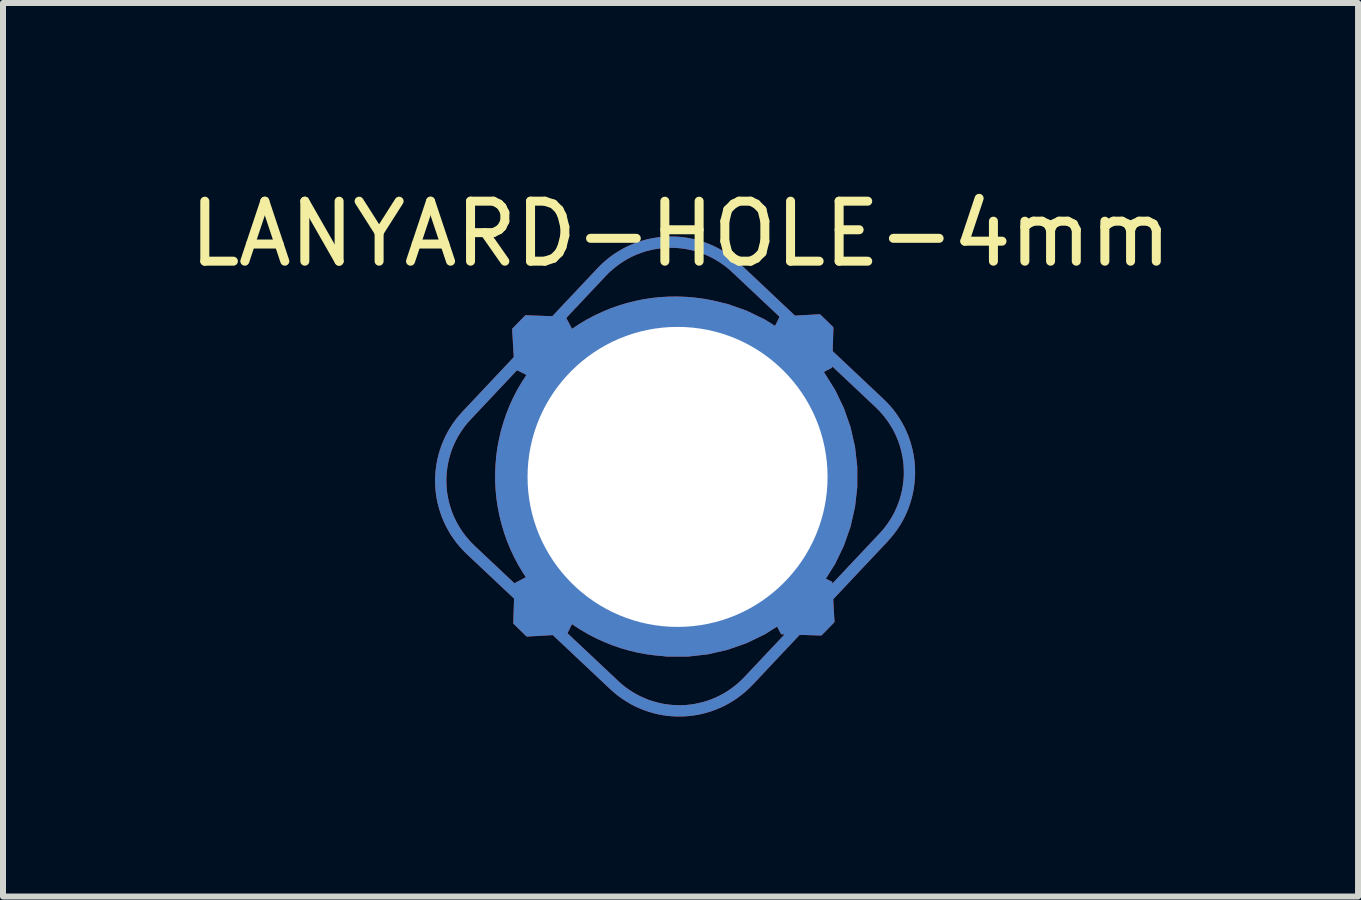
<source format=kicad_pcb>
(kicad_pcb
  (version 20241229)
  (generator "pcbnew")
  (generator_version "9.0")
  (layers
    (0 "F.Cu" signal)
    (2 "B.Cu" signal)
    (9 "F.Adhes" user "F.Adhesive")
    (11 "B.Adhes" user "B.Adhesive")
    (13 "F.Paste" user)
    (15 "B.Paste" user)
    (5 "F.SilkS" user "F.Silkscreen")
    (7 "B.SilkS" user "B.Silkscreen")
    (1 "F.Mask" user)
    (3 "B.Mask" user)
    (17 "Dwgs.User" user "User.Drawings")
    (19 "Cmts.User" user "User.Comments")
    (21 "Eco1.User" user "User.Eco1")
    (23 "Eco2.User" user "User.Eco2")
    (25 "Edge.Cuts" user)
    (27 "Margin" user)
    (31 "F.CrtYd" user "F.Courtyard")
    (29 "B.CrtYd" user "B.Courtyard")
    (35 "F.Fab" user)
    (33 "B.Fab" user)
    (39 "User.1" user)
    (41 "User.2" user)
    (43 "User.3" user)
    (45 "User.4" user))
  (footprint "LANYARD-HOLE-4mm"
    (layer "F.Cu")
    (at 8.242 4.898)
    (property "Reference" "LANYARD-HOLE-4mm" (at 0.05 -4.05 0) (unlocked yes) (layer "F.SilkS") (effects (font (size 1 1) (thickness 0.15))))
    (attr through_hole board_only exclude_from_pos_files exclude_from_bom allow_missing_courtyard)
    (pad "1" thru_hole custom (at 0 0) (size 6 6) (drill 5) (layers "*.Cu" "*.Mask") (options (anchor circle)) (primitives (gr_poly (pts (xy 1.552 1.607) (xy 1.555 1.604) (xy 1.552 1.607) (xy 1.857 1.906) (xy 2.409 2.442) (xy 2.342 2.509) (xy 1.807 2.492) (xy 1.415 1.747) (xy 1.552 1.608) (xy 1.545 1.601)) (width 0) (fill yes)) (gr_poly (pts (xy 2.449 1.833) (xy 2.48 2.368) (xy 2.414 2.436) (xy 1.865 1.898) (xy 1.559 1.601) (xy 1.555 1.604) (xy 1.559 1.601) (xy 1.552 1.594) (xy 1.559 1.6) (xy 1.695 1.46)) (width 0) (fill yes)) (gr_poly (pts (xy -1.866 -2.671) (xy -1.394 -1.773) (xy -1.597 -1.565) (xy -1.605 -1.557) (xy -1.808 -1.348) (xy -2.251 -1.567) (xy -1.76 -1.567) (xy -1.605 -1.566) (xy -1.611 -1.72) (xy -1.688 -1.645) (xy -1.76 -1.567) (xy -2.251 -1.567) (xy -2.717 -1.798) (xy -2.743 -2.223) (xy -2.477 -2.223) (xy -2.462 -1.968) (xy -1.962 -1.72) (xy -2.099 -1.853) (xy -2.477 -2.223) (xy -2.743 -2.223) (xy -2.754 -2.42) (xy -2.285 -2.42) (xy -1.905 -2.051) (xy -1.769 -1.918) (xy -2.03 -2.411) (xy -2.285 -2.42) (xy -2.754 -2.42) (xy -2.757 -2.468) (xy -2.742 -2.483) (xy -2.552 -2.678) (xy -2.537 -2.694)) (width 0) (fill yes)) (gr_poly (pts (xy -1.948 -2.541) (xy -1.556 -1.796) (xy -1.692 -1.657) (xy -1.686 -1.65) (xy -1.693 -1.657) (xy -1.695 -1.654) (xy -1.699 -1.65) (xy -1.693 -1.644) (xy -1.7 -1.65) (xy -1.836 -1.51) (xy -2.59 -1.882) (xy -2.621 -2.417) (xy -2.555 -2.485) (xy -2.006 -1.947) (xy -1.699 -1.65) (xy -1.695 -1.654) (xy -1.693 -1.657) (xy -1.997 -1.956) (xy -2.55 -2.491) (xy -2.552 -2.488) (xy -2.555 -2.485) (xy -2.555 -2.485) (xy -2.552 -2.488) (xy -2.55 -2.491) (xy -2.55 -2.491) (xy -2.483 -2.559)) (width 0) (fill yes)) (gr_poly (pts (xy 2.388 -2.696) (xy 2.389 -2.697) (xy 2.486 -2.602) (xy 2.584 -2.507) (xy 2.583 -2.506) (xy 2.598 -2.491) (xy 2.576 -1.821) (xy 1.678 -1.349) (xy 1.469 -1.552) (xy 1.462 -1.559) (xy 1.462 -1.559) (xy 1.469 -1.559) (xy 1.624 -1.565) (xy 1.549 -1.642) (xy 1.472 -1.714) (xy 1.469 -1.559) (xy 1.462 -1.559) (xy 1.294 -1.723) (xy 1.823 -1.723) (xy 2.316 -1.984) (xy 2.325 -2.24) (xy 1.956 -1.859) (xy 1.823 -1.723) (xy 1.294 -1.723) (xy 1.254 -1.762) (xy 1.329 -1.916) (xy 1.624 -1.916) (xy 1.757 -2.052) (xy 2.129 -2.432) (xy 1.873 -2.417) (xy 1.624 -1.916) (xy 1.329 -1.916) (xy 1.702 -2.673) (xy 2.373 -2.711)) (width 0) (fill yes)) (gr_poly (pts (xy 2.393 -2.507) (xy 2.39 -2.509) (xy 2.39 -2.509)) (width 0) (fill yes)) (gr_poly (pts (xy 2.396 -2.504) (xy 2.396 -2.504) (xy 2.393 -2.507)) (width 0) (fill yes)) (gr_poly (pts (xy 2.39 -2.509) (xy 1.852 -1.96) (xy 1.555 -1.654) (xy 1.557 -1.651) (xy 1.555 -1.654) (xy 1.549 -1.647) (xy 1.555 -1.654) (xy 1.415 -1.79) (xy 1.787 -2.544) (xy 2.322 -2.575)) (width 0) (fill yes)) (gr_poly (pts (xy 2.464 -2.437) (xy 2.446 -1.902) (xy 1.701 -1.51) (xy 1.562 -1.647) (xy 1.555 -1.641) (xy 1.562 -1.647) (xy 1.557 -1.651) (xy 1.562 -1.647) (xy 1.861 -1.952) (xy 2.396 -2.504)) (width 0) (fill yes)) (gr_poly (pts (xy -1.61 1.502) (xy -1.603 1.509) (xy -1.395 1.713) (xy -1.843 2.623) (xy -2.513 2.661) (xy -2.528 2.647) (xy -2.528 2.647) (xy -2.529 2.647) (xy -2.529 2.648) (xy -2.627 2.552) (xy -2.724 2.458) (xy -2.723 2.457) (xy -2.738 2.442) (xy -2.736 2.383) (xy -2.269 2.383) (xy -2.013 2.368) (xy -1.765 1.868) (xy -1.897 2.003) (xy -2.269 2.383) (xy -2.736 2.383) (xy -2.73 2.191) (xy -2.465 2.191) (xy -2.096 1.809) (xy -1.965 1.676) (xy -2.458 1.935) (xy -2.465 2.191) (xy -2.73 2.191) (xy -2.717 1.771) (xy -2.232 1.516) (xy -1.764 1.516) (xy -1.69 1.592) (xy -1.613 1.664) (xy -1.61 1.51) (xy -1.764 1.516) (xy -2.232 1.516) (xy -1.819 1.299)) (width 0) (fill yes)) (gr_poly (pts (xy -2.534 2.457) (xy -2.537 2.455) (xy -2.537 2.454)) (width 0) (fill yes)) (gr_poly (pts (xy -2.531 2.46) (xy -2.531 2.46) (xy -2.534 2.457)) (width 0) (fill yes)) (gr_poly (pts (xy -1.703 1.597) (xy -1.696 1.591) (xy -1.703 1.598) (xy -1.699 1.601) (xy -1.703 1.598) (xy -2.002 1.902) (xy -2.537 2.454) (xy -2.604 2.388) (xy -2.587 1.853) (xy -1.842 1.461)) (width 0) (fill yes)) (gr_poly (pts (xy -1.695 1.605) (xy -1.556 1.741) (xy -1.928 2.495) (xy -2.463 2.526) (xy -2.531 2.46) (xy -1.993 1.911) (xy -1.696 1.604) (xy -1.699 1.601) (xy -1.696 1.604) (xy -1.689 1.598)) (width 0) (fill yes)) (gr_poly (pts (xy 2.577 1.749) (xy 2.616 2.418) (xy 2.601 2.434) (xy 2.602 2.434) (xy 2.602 2.434) (xy 2.507 2.532) (xy 2.412 2.629) (xy 2.412 2.629) (xy 2.411 2.628) (xy 2.396 2.644) (xy 1.726 2.622) (xy 1.329 1.868) (xy 1.628 1.868) (xy 1.889 2.361) (xy 2.146 2.371) (xy 1.764 2.001) (xy 1.628 1.868) (xy 1.329 1.868) (xy 1.253 1.723) (xy 1.305 1.67) (xy 1.822 1.67) (xy 1.958 1.803) (xy 2.337 2.174) (xy 2.321 1.918) (xy 1.822 1.67) (xy 1.305 1.67) (xy 1.456 1.517) (xy 1.465 1.517) (xy 1.471 1.67) (xy 1.546 1.596) (xy 1.619 1.517) (xy 1.465 1.517) (xy 1.456 1.517) (xy 1.457 1.516) (xy 1.465 1.508) (xy 1.667 1.298)) (width 0) (fill yes)) (gr_poly (pts (xy 2.409 2.442) (xy 2.409 2.442) (xy 2.411 2.439)) (width 0) (fill yes)) (gr_poly (pts (xy 2.414 2.436) (xy 2.411 2.439) (xy 2.414 2.436)) (width 0) (fill yes)) (gr_poly (pts (xy 0.118 -2.374) (xy 0.239 -2.365) (xy 0.358 -2.35) (xy 0.475 -2.329) (xy 0.59 -2.302) (xy 0.703 -2.27) (xy 0.814 -2.233) (xy 0.922 -2.19) (xy 1.028 -2.142) (xy 1.13 -2.09) (xy 1.23 -2.032) (xy 1.327 -1.97) (xy 1.42 -1.904) (xy 1.51 -1.833) (xy 1.597 -1.758) (xy 1.68 -1.679) (xy 1.759 -1.596) (xy 1.834 -1.51) (xy 1.904 -1.42) (xy 1.971 -1.326) (xy 2.033 -1.23) (xy 2.09 -1.13) (xy 2.143 -1.027) (xy 2.191 -0.921) (xy 2.233 -0.813) (xy 2.271 -0.703) (xy 2.303 -0.59) (xy 2.33 -0.474) (xy 2.351 -0.357) (xy 2.366 -0.238) (xy 2.375 -0.117) (xy 2.378 0.005) (xy 2.375 0.128) (xy 2.366 0.249) (xy 2.351 0.368) (xy 2.33 0.485) (xy 2.303 0.6) (xy 2.271 0.713) (xy 2.233 0.824) (xy 2.191 0.932) (xy 2.143 1.037) (xy 2.09 1.14) (xy 2.033 1.239) (xy 1.971 1.336) (xy 1.904 1.429) (xy 1.834 1.519) (xy 1.759 1.606) (xy 1.68 1.688) (xy 1.597 1.767) (xy 1.51 1.842) (xy 1.42 1.913) (xy 1.327 1.979) (xy 1.23 2.041) (xy 1.13 2.099) (xy 1.028 2.151) (xy 0.922 2.199) (xy 0.814 2.242) (xy 0.703 2.279) (xy 0.59 2.311) (xy 0.475 2.338) (xy 0.358 2.359) (xy 0.239 2.374) (xy 0.118 2.383) (xy -0.005 2.386) (xy -0.127 2.383) (xy -0.248 2.374) (xy -0.367 2.359) (xy -0.484 2.338) (xy -0.599 2.311) (xy -0.712 2.279) (xy -0.823 2.242) (xy -0.931 2.199) (xy -1.036 2.151) (xy -1.139 2.099) (xy -1.239 2.041) (xy -1.335 1.979) (xy -1.429 1.913) (xy -1.519 1.842) (xy -1.605 1.767) (xy -1.688 1.688) (xy -1.767 1.606) (xy -1.842 1.519) (xy -1.912 1.429) (xy -1.979 1.336) (xy -2.041 1.239) (xy -2.098 1.14) (xy -2.151 1.037) (xy -2.198 0.932) (xy -2.241 0.824) (xy -2.278 0.713) (xy -2.31 0.6) (xy -2.337 0.485) (xy -2.358 0.368) (xy -2.373 0.249) (xy -2.382 0.128) (xy -2.385 0.005) (xy -2.122 0.005) (xy -2.119 0.114) (xy -2.111 0.222) (xy -2.097 0.328) (xy -2.079 0.432) (xy -2.055 0.535) (xy -2.027 0.636) (xy -1.993 0.734) (xy -1.956 0.83) (xy -1.913 0.924) (xy -1.867 1.015) (xy -1.816 1.104) (xy -1.761 1.19) (xy -1.702 1.273) (xy -1.639 1.353) (xy -1.572 1.43) (xy -1.502 1.503) (xy -1.429 1.573) (xy -1.352 1.64) (xy -1.272 1.702) (xy -1.189 1.761) (xy -1.103 1.816) (xy -1.015 1.867) (xy -0.923 1.914) (xy -0.829 1.956) (xy -0.733 1.994) (xy -0.635 2.027) (xy -0.534 2.056) (xy -0.432 2.079) (xy -0.327 2.098) (xy -0.221 2.112) (xy -0.114 2.12) (xy -0.005 2.122) (xy 0.105 2.12) (xy 0.212 2.112) (xy 0.318 2.098) (xy 0.423 2.079) (xy 0.525 2.056) (xy 0.626 2.027) (xy 0.724 1.994) (xy 0.821 1.956) (xy 0.915 1.914) (xy 1.006 1.867) (xy 1.095 1.816) (xy 1.181 1.761) (xy 1.264 1.702) (xy 1.344 1.64) (xy 1.421 1.573) (xy 1.494 1.503) (xy 1.564 1.43) (xy 1.631 1.353) (xy 1.694 1.273) (xy 1.753 1.19) (xy 1.808 1.104) (xy 1.859 1.015) (xy 1.906 0.924) (xy 1.948 0.83) (xy 1.986 0.734) (xy 2.019 0.636) (xy 2.048 0.535) (xy 2.072 0.432) (xy 2.09 0.328) (xy 2.104 0.222) (xy 2.112 0.114) (xy 2.115 0.005) (xy 2.112 -0.104) (xy 2.104 -0.212) (xy 2.09 -0.318) (xy 2.072 -0.422) (xy 2.048 -0.525) (xy 2.019 -0.625) (xy 1.986 -0.724) (xy 1.948 -0.82) (xy 1.906 -0.914) (xy 1.859 -1.005) (xy 1.808 -1.094) (xy 1.753 -1.18) (xy 1.694 -1.263) (xy 1.631 -1.343) (xy 1.564 -1.42) (xy 1.494 -1.494) (xy 1.421 -1.564) (xy 1.344 -1.63) (xy 1.264 -1.693) (xy 1.181 -1.752) (xy 1.095 -1.807) (xy 1.006 -1.858) (xy 0.915 -1.905) (xy 0.821 -1.947) (xy 0.724 -1.985) (xy 0.626 -2.019) (xy 0.525 -2.047) (xy 0.423 -2.071) (xy 0.318 -2.089) (xy 0.212 -2.103) (xy 0.105 -2.111) (xy -0.005 -2.114) (xy -0.114 -2.111) (xy -0.221 -2.103) (xy -0.327 -2.089) (xy -0.432 -2.071) (xy -0.534 -2.047) (xy -0.635 -2.019) (xy -0.733 -1.985) (xy -0.829 -1.947) (xy -0.923 -1.905) (xy -1.015 -1.858) (xy -1.103 -1.807) (xy -1.189 -1.752) (xy -1.272 -1.693) (xy -1.352 -1.63) (xy -1.429 -1.564) (xy -1.502 -1.494) (xy -1.572 -1.42) (xy -1.639 -1.343) (xy -1.702 -1.263) (xy -1.761 -1.18) (xy -1.816 -1.094) (xy -1.867 -1.005) (xy -1.913 -0.914) (xy -1.956 -0.82) (xy -1.993 -0.724) (xy -2.027 -0.625) (xy -2.055 -0.525) (xy -2.079 -0.422) (xy -2.097 -0.318) (xy -2.111 -0.212) (xy -2.119 -0.104) (xy -2.122 0.005) (xy -2.385 0.005) (xy -2.382 -0.117) (xy -2.373 -0.238) (xy -2.358 -0.357) (xy -2.337 -0.474) (xy -2.31 -0.59) (xy -2.278 -0.703) (xy -2.241 -0.813) (xy -2.198 -0.921) (xy -2.151 -1.027) (xy -2.098 -1.13) (xy -2.041 -1.23) (xy -1.979 -1.326) (xy -1.912 -1.42) (xy -1.842 -1.51) (xy -1.767 -1.596) (xy -1.688 -1.679) (xy -1.605 -1.758) (xy -1.519 -1.833) (xy -1.429 -1.904) (xy -1.335 -1.97) (xy -1.239 -2.032) (xy -1.139 -2.09) (xy -1.036 -2.142) (xy -0.931 -2.19) (xy -0.823 -2.233) (xy -0.712 -2.27) (xy -0.599 -2.302) (xy -0.484 -2.329) (xy -0.367 -2.35) (xy -0.248 -2.365) (xy -0.127 -2.374) (xy -0.005 -2.378)) (width 0) (fill yes)) (gr_poly (pts (xy 0.157 -3) (xy 0.301 -2.987) (xy 0.444 -2.968) (xy 0.586 -2.941) (xy 0.727 -2.908) (xy 0.867 -2.867) (xy 1.005 -2.82) (xy 1.141 -2.766) (xy 1.275 -2.704) (xy 1.406 -2.636) (xy 1.535 -2.561) (xy 1.66 -2.479) (xy 1.783 -2.39) (xy 1.902 -2.294) (xy 2.017 -2.191) (xy 2.126 -2.083) (xy 2.229 -1.97) (xy 2.325 -1.853) (xy 2.415 -1.733) (xy 2.497 -1.609) (xy 2.573 -1.482) (xy 2.642 -1.352) (xy 2.704 -1.219) (xy 2.76 -1.084) (xy 2.809 -0.947) (xy 2.851 -0.809) (xy 2.886 -0.668) (xy 2.914 -0.527) (xy 2.935 -0.384) (xy 2.95 -0.241) (xy 2.958 -0.097) (xy 2.959 0.047) (xy 2.953 0.191) (xy 2.94 0.335) (xy 2.92 0.478) (xy 2.893 0.62) (xy 2.86 0.761) (xy 2.82 0.901) (xy 2.772 1.039) (xy 2.718 1.175) (xy 2.657 1.309) (xy 2.589 1.44) (xy 2.514 1.569) (xy 2.432 1.695) (xy 2.343 1.817) (xy 2.247 1.936) (xy 2.144 2.051) (xy 2.035 2.16) (xy 1.922 2.263) (xy 1.806 2.359) (xy 1.685 2.449) (xy 1.561 2.531) (xy 1.434 2.607) (xy 1.304 2.676) (xy 1.172 2.739) (xy 1.037 2.794) (xy 0.9 2.843) (xy 0.761 2.885) (xy 0.621 2.92) (xy 0.479 2.948) (xy 0.336 2.97) (xy 0.193 2.984) (xy 0.049 2.992) (xy -0.095 2.993) (xy -0.239 2.987) (xy -0.383 2.974) (xy -0.526 2.954) (xy -0.668 2.928) (xy -0.809 2.894) (xy -0.949 2.854) (xy -1.087 2.806) (xy -1.223 2.752) (xy -1.357 2.691) (xy -1.488 2.623) (xy -1.617 2.548) (xy -1.742 2.466) (xy -1.865 2.377) (xy -1.983 2.281) (xy -2.098 2.178) (xy -2.208 2.069) (xy -2.311 1.957) (xy -2.407 1.84) (xy -2.496 1.719) (xy -2.579 1.595) (xy -2.655 1.468) (xy -2.724 1.338) (xy -2.786 1.206) (xy -2.842 1.071) (xy -2.89 0.934) (xy -2.932 0.795) (xy -2.967 0.655) (xy -2.996 0.513) (xy -3.017 0.371) (xy -3.032 0.227) (xy -3.04 0.083) (xy -3.04 -0.055) (xy -2.709 -0.055) (xy -2.708 0.073) (xy -2.701 0.201) (xy -2.688 0.328) (xy -2.669 0.455) (xy -2.644 0.581) (xy -2.613 0.706) (xy -2.576 0.829) (xy -2.532 0.951) (xy -2.483 1.07) (xy -2.427 1.188) (xy -2.366 1.304) (xy -2.298 1.417) (xy -2.224 1.527) (xy -2.145 1.634) (xy -2.059 1.738) (xy -1.967 1.839) (xy -1.87 1.935) (xy -1.767 2.027) (xy -1.661 2.113) (xy -1.553 2.192) (xy -1.441 2.265) (xy -1.326 2.332) (xy -1.21 2.392) (xy -1.091 2.447) (xy -0.97 2.495) (xy -0.847 2.538) (xy -0.723 2.574) (xy -0.598 2.603) (xy -0.471 2.627) (xy -0.344 2.645) (xy -0.217 2.656) (xy -0.089 2.662) (xy 0.039 2.661) (xy 0.167 2.654) (xy 0.294 2.641) (xy 0.421 2.622) (xy 0.547 2.597) (xy 0.671 2.565) (xy 0.795 2.528) (xy 0.916 2.485) (xy 1.036 2.435) (xy 1.154 2.38) (xy 1.27 2.318) (xy 1.383 2.25) (xy 1.493 2.177) (xy 1.6 2.097) (xy 1.704 2.011) (xy 1.804 1.92) (xy 1.901 1.822) (xy 1.993 1.72) (xy 2.078 1.614) (xy 2.158 1.505) (xy 2.231 1.393) (xy 2.298 1.279) (xy 2.358 1.162) (xy 2.413 1.043) (xy 2.461 0.922) (xy 2.503 0.799) (xy 2.539 0.675) (xy 2.569 0.55) (xy 2.593 0.424) (xy 2.611 0.297) (xy 2.622 0.169) (xy 2.627 0.041) (xy 2.627 -0.087) (xy 2.62 -0.215) (xy 2.607 -0.342) (xy 2.588 -0.469) (xy 2.562 -0.594) (xy 2.531 -0.719) (xy 2.494 -0.842) (xy 2.45 -0.964) (xy 2.401 -1.084) (xy 2.345 -1.202) (xy 2.284 -1.317) (xy 2.216 -1.43) (xy 2.143 -1.54) (xy 2.063 -1.648) (xy 1.977 -1.751) (xy 1.886 -1.852) (xy 1.788 -1.949) (xy 1.685 -2.04) (xy 1.58 -2.126) (xy 1.471 -2.205) (xy 1.359 -2.278) (xy 1.245 -2.345) (xy 1.128 -2.406) (xy 1.009 -2.46) (xy 0.888 -2.509) (xy 0.765 -2.551) (xy 0.641 -2.587) (xy 0.516 -2.617) (xy 0.39 -2.641) (xy 0.262 -2.658) (xy 0.135 -2.67) (xy 0.007 -2.675) (xy -0.121 -2.674) (xy -0.249 -2.667) (xy -0.376 -2.654) (xy -0.503 -2.635) (xy -0.628 -2.61) (xy -0.753 -2.579) (xy -0.876 -2.541) (xy -0.998 -2.498) (xy -1.118 -2.449) (xy -1.236 -2.393) (xy -1.351 -2.331) (xy -1.464 -2.264) (xy -1.575 -2.19) (xy -1.682 -2.111) (xy -1.786 -2.025) (xy -1.886 -1.933) (xy -1.983 -1.836) (xy -2.075 -1.733) (xy -2.16 -1.627) (xy -2.239 -1.518) (xy -2.312 -1.407) (xy -2.379 -1.292) (xy -2.44 -1.175) (xy -2.495 -1.056) (xy -2.543 -0.935) (xy -2.585 -0.813) (xy -2.621 -0.689) (xy -2.651 -0.563) (xy -2.675 -0.437) (xy -2.692 -0.31) (xy -2.704 -0.182) (xy -2.709 -0.055) (xy -3.04 -0.055) (xy -3.04 -0.061) (xy -3.034 -0.205) (xy -3.022 -0.348) (xy -3.002 -0.492) (xy -2.975 -0.634) (xy -2.942 -0.775) (xy -2.901 -0.914) (xy -2.854 -1.052) (xy -2.8 -1.189) (xy -2.739 -1.322) (xy -2.671 -1.454) (xy -2.595 -1.582) (xy -2.513 -1.708) (xy -2.424 -1.83) (xy -2.329 -1.949) (xy -2.226 -2.064) (xy -2.117 -2.174) (xy -2.004 -2.277) (xy -1.887 -2.373) (xy -1.767 -2.462) (xy -1.643 -2.545) (xy -1.516 -2.621) (xy -1.386 -2.69) (xy -1.253 -2.752) (xy -1.119 -2.808) (xy -0.982 -2.856) (xy -0.843 -2.898) (xy -0.702 -2.933) (xy -0.561 -2.962) (xy -0.418 -2.983) (xy -0.275 -2.998) (xy -0.131 -3.005) (xy 0.013 -3.006)) (width 0) (fill yes)) (gr_poly (pts (xy 0.001 -4.003) (xy 0.081 -3.996) (xy 0.161 -3.985) (xy 0.241 -3.97) (xy 0.32 -3.951) (xy 0.398 -3.928) (xy 0.475 -3.902) (xy 0.552 -3.871) (xy 0.627 -3.837) (xy 0.7 -3.799) (xy 0.772 -3.757) (xy 0.843 -3.71) (xy 0.912 -3.66) (xy 0.978 -3.607) (xy 1.043 -3.549) (xy 3.43 -1.3) (xy 3.492 -1.239) (xy 3.55 -1.176) (xy 3.604 -1.111) (xy 3.654 -1.043) (xy 3.7 -0.974) (xy 3.743 -0.902) (xy 3.782 -0.83) (xy 3.817 -0.755) (xy 3.848 -0.68) (xy 3.875 -0.603) (xy 3.898 -0.525) (xy 3.918 -0.447) (xy 3.934 -0.368) (xy 3.946 -0.288) (xy 3.954 -0.208) (xy 3.958 -0.127) (xy 3.959 -0.046) (xy 3.955 0.034) (xy 3.948 0.115) (xy 3.937 0.195) (xy 3.922 0.274) (xy 3.903 0.353) (xy 3.88 0.431) (xy 3.854 0.509) (xy 3.823 0.585) (xy 3.789 0.66) (xy 3.751 0.734) (xy 3.708 0.806) (xy 3.662 0.876) (xy 3.612 0.945) (xy 3.558 1.011) (xy 3.501 1.076) (xy 1.252 3.464) (xy 1.191 3.525) (xy 1.128 3.583) (xy 1.062 3.637) (xy 0.995 3.687) (xy 0.925 3.734) (xy 0.854 3.776) (xy 0.782 3.815) (xy 0.707 3.85) (xy 0.632 3.881) (xy 0.555 3.909) (xy 0.477 3.932) (xy 0.399 3.952) (xy 0.319 3.968) (xy 0.24 3.98) (xy 0.159 3.988) (xy 0.079 3.993) (xy -0.002 3.993) (xy -0.082 3.99) (xy -0.163 3.983) (xy -0.243 3.972) (xy -0.322 3.957) (xy -0.401 3.938) (xy -0.48 3.915) (xy -0.557 3.889) (xy -0.633 3.858) (xy -0.708 3.824) (xy -0.782 3.786) (xy -0.854 3.743) (xy -0.924 3.697) (xy -0.993 3.648) (xy -1.059 3.594) (xy -1.124 3.536) (xy -3.512 1.287) (xy -3.573 1.226) (xy -3.631 1.163) (xy -3.685 1.098) (xy -3.735 1.03) (xy -3.782 0.961) (xy -3.824 0.889) (xy -3.863 0.817) (xy -3.898 0.742) (xy -3.929 0.667) (xy -3.956 0.59) (xy -3.98 0.512) (xy -4 0.434) (xy -4.016 0.354) (xy -4.028 0.274) (xy -4.036 0.194) (xy -4.04 0.114) (xy -4.041 0.036) (xy -3.853 0.036) (xy -3.852 0.107) (xy -3.848 0.179) (xy -3.841 0.25) (xy -3.83 0.321) (xy -3.816 0.391) (xy -3.798 0.461) (xy -3.777 0.53) (xy -3.753 0.598) (xy -3.725 0.665) (xy -3.694 0.73) (xy -3.659 0.795) (xy -3.621 0.858) (xy -3.58 0.92) (xy -3.535 0.98) (xy -3.487 1.038) (xy -3.436 1.095) (xy -3.381 1.149) (xy -0.993 3.397) (xy -0.936 3.449) (xy -0.877 3.497) (xy -0.816 3.541) (xy -0.753 3.582) (xy -0.689 3.62) (xy -0.624 3.654) (xy -0.557 3.684) (xy -0.49 3.712) (xy -0.421 3.735) (xy -0.352 3.755) (xy -0.282 3.772) (xy -0.211 3.786) (xy -0.14 3.795) (xy -0.069 3.802) (xy 0.002 3.805) (xy 0.074 3.804) (xy 0.145 3.801) (xy 0.216 3.793) (xy 0.287 3.783) (xy 0.357 3.768) (xy 0.427 3.751) (xy 0.496 3.73) (xy 0.564 3.706) (xy 0.631 3.678) (xy 0.696 3.647) (xy 0.761 3.612) (xy 0.824 3.574) (xy 0.886 3.533) (xy 0.946 3.488) (xy 1.004 3.44) (xy 1.06 3.389) (xy 1.115 3.334) (xy 3.363 0.946) (xy 3.415 0.889) (xy 3.463 0.83) (xy 3.507 0.769) (xy 3.548 0.706) (xy 3.586 0.642) (xy 3.62 0.577) (xy 3.65 0.51) (xy 3.677 0.443) (xy 3.701 0.374) (xy 3.721 0.305) (xy 3.738 0.235) (xy 3.751 0.164) (xy 3.761 0.093) (xy 3.768 0.022) (xy 3.771 -0.049) (xy 3.77 -0.121) (xy 3.766 -0.192) (xy 3.759 -0.263) (xy 3.748 -0.334) (xy 3.734 -0.404) (xy 3.717 -0.474) (xy 3.696 -0.543) (xy 3.672 -0.611) (xy 3.644 -0.678) (xy 3.613 -0.744) (xy 3.578 -0.808) (xy 3.54 -0.871) (xy 3.499 -0.933) (xy 3.454 -0.993) (xy 3.406 -1.051) (xy 3.355 -1.107) (xy 3.3 -1.162) (xy 0.912 -3.41) (xy 0.855 -3.462) (xy 0.795 -3.51) (xy 0.734 -3.554) (xy 0.672 -3.595) (xy 0.608 -3.633) (xy 0.542 -3.667) (xy 0.476 -3.697) (xy 0.408 -3.725) (xy 0.34 -3.748) (xy 0.27 -3.769) (xy 0.2 -3.785) (xy 0.13 -3.799) (xy 0.059 -3.809) (xy -0.013 -3.815) (xy -0.084 -3.818) (xy -0.156 -3.818) (xy -0.227 -3.814) (xy -0.298 -3.807) (xy -0.369 -3.796) (xy -0.439 -3.782) (xy -0.509 -3.765) (xy -0.578 -3.744) (xy -0.646 -3.719) (xy -0.713 -3.692) (xy -0.779 -3.661) (xy -0.843 -3.626) (xy -0.906 -3.588) (xy -0.968 -3.547) (xy -1.028 -3.502) (xy -1.086 -3.454) (xy -1.143 -3.403) (xy -1.197 -3.348) (xy -3.445 -0.96) (xy -3.445 -0.96) (xy -3.497 -0.903) (xy -3.545 -0.844) (xy -3.589 -0.782) (xy -3.63 -0.72) (xy -3.668 -0.656) (xy -3.702 -0.59) (xy -3.732 -0.524) (xy -3.76 -0.456) (xy -3.783 -0.388) (xy -3.803 -0.318) (xy -3.82 -0.248) (xy -3.833 -0.178) (xy -3.843 -0.107) (xy -3.85 -0.035) (xy -3.853 0.036) (xy -4.041 0.036) (xy -4.041 0.033) (xy -4.037 -0.048) (xy -4.03 -0.128) (xy -4.019 -0.208) (xy -4.004 -0.288) (xy -3.985 -0.367) (xy -3.962 -0.445) (xy -3.936 -0.523) (xy -3.905 -0.599) (xy -3.871 -0.674) (xy -3.833 -0.747) (xy -3.791 -0.82) (xy -3.745 -0.89) (xy -3.695 -0.959) (xy -3.641 -1.025) (xy -3.583 -1.09) (xy -1.335 -3.477) (xy -1.274 -3.539) (xy -1.21 -3.597) (xy -1.145 -3.651) (xy -1.077 -3.701) (xy -1.008 -3.747) (xy -0.936 -3.79) (xy -0.864 -3.829) (xy -0.789 -3.864) (xy -0.714 -3.895) (xy -0.637 -3.922) (xy -0.559 -3.946) (xy -0.481 -3.966) (xy -0.401 -3.981) (xy -0.322 -3.993) (xy -0.241 -4.002) (xy -0.161 -4.006) (xy -0.08 -4.006)) (width 0) (fill yes)))))
  (gr_rect
    (start -3 -3)
    (end 19.583 11.891)
    (stroke (width 0.1) (type default))
    (fill no)
    (layer "Edge.Cuts")))
</source>
